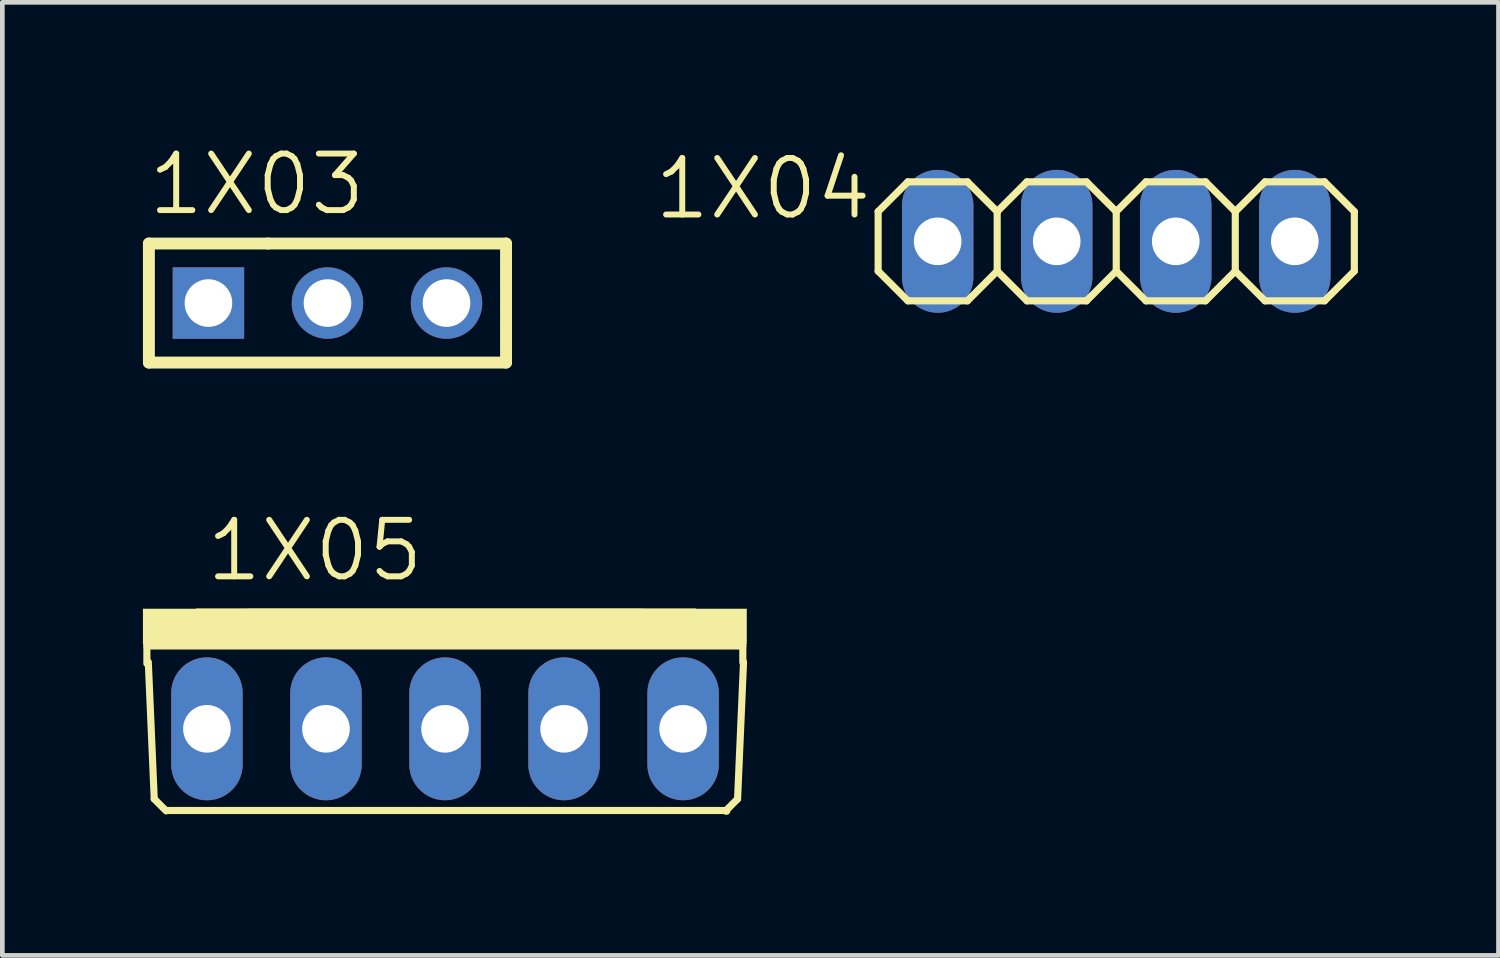
<source format=kicad_pcb>
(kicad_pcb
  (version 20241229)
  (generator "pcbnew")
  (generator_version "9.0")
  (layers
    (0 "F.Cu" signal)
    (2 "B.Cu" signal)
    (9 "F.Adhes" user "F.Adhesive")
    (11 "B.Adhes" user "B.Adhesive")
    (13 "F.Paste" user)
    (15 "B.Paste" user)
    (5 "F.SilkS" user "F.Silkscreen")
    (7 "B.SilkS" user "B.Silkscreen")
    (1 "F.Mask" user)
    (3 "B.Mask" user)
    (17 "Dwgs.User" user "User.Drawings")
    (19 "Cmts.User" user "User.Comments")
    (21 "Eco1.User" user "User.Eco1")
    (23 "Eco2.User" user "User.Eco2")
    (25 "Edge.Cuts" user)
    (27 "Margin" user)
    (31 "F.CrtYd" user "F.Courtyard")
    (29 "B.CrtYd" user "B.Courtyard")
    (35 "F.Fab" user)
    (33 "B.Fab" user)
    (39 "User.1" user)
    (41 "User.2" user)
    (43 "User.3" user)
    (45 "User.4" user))
  (footprint "1X04"
    (layer "F.Cu")
    (at 20.766 2.099)
    (property "Reference" "1X04" (at -5.156 -1.829 0) (layer "F.SilkS") (effects (font (size 1.206 1.206) (thickness 0.127)) (justify right top)))
    (attr through_hole)
    (fp_line (start -5.08 -0.635) (end -5.08 0.635) (stroke (width 0.152) (type solid)) (layer "F.SilkS"))
    (fp_line (start -5.08 0.635) (end -4.445 1.27) (stroke (width 0.152) (type solid)) (layer "F.SilkS"))
    (fp_line (start -4.445 -1.27) (end -5.08 -0.635) (stroke (width 0.152) (type solid)) (layer "F.SilkS"))
    (fp_line (start -4.445 -1.27) (end -3.175 -1.27) (stroke (width 0.152) (type solid)) (layer "F.SilkS"))
    (fp_line (start -3.175 -1.27) (end -2.54 -0.635) (stroke (width 0.152) (type solid)) (layer "F.SilkS"))
    (fp_line (start -3.175 1.27) (end -4.445 1.27) (stroke (width 0.152) (type solid)) (layer "F.SilkS"))
    (fp_line (start -2.54 -0.635) (end -2.54 0.635) (stroke (width 0.152) (type solid)) (layer "F.SilkS"))
    (fp_line (start -2.54 -0.635) (end -1.905 -1.27) (stroke (width 0.152) (type solid)) (layer "F.SilkS"))
    (fp_line (start -2.54 0.635) (end -3.175 1.27) (stroke (width 0.152) (type solid)) (layer "F.SilkS"))
    (fp_line (start -1.905 -1.27) (end -0.635 -1.27) (stroke (width 0.152) (type solid)) (layer "F.SilkS"))
    (fp_line (start -1.905 1.27) (end -2.54 0.635) (stroke (width 0.152) (type solid)) (layer "F.SilkS"))
    (fp_line (start -0.635 -1.27) (end 0 -0.635) (stroke (width 0.152) (type solid)) (layer "F.SilkS"))
    (fp_line (start -0.635 1.27) (end -1.905 1.27) (stroke (width 0.152) (type solid)) (layer "F.SilkS"))
    (fp_line (start 0 -0.635) (end 0 0.635) (stroke (width 0.152) (type solid)) (layer "F.SilkS"))
    (fp_line (start 0 -0.635) (end 0.635 -1.27) (stroke (width 0.152) (type solid)) (layer "F.SilkS"))
    (fp_line (start 0 0.635) (end -0.635 1.27) (stroke (width 0.152) (type solid)) (layer "F.SilkS"))
    (fp_line (start 0.635 -1.27) (end 1.905 -1.27) (stroke (width 0.152) (type solid)) (layer "F.SilkS"))
    (fp_line (start 0.635 1.27) (end 0 0.635) (stroke (width 0.152) (type solid)) (layer "F.SilkS"))
    (fp_line (start 1.905 -1.27) (end 2.54 -0.635) (stroke (width 0.152) (type solid)) (layer "F.SilkS"))
    (fp_line (start 1.905 1.27) (end 0.635 1.27) (stroke (width 0.152) (type solid)) (layer "F.SilkS"))
    (fp_line (start 2.54 -0.635) (end 2.54 0.635) (stroke (width 0.152) (type solid)) (layer "F.SilkS"))
    (fp_line (start 2.54 0.635) (end 1.905 1.27) (stroke (width 0.152) (type solid)) (layer "F.SilkS"))
    (fp_line (start 2.54 0.635) (end 3.175 1.27) (stroke (width 0.152) (type solid)) (layer "F.SilkS"))
    (fp_line (start 3.175 -1.27) (end 2.54 -0.635) (stroke (width 0.152) (type solid)) (layer "F.SilkS"))
    (fp_line (start 3.175 -1.27) (end 4.445 -1.27) (stroke (width 0.152) (type solid)) (layer "F.SilkS"))
    (fp_line (start 4.445 -1.27) (end 5.08 -0.635) (stroke (width 0.152) (type solid)) (layer "F.SilkS"))
    (fp_line (start 4.445 1.27) (end 3.175 1.27) (stroke (width 0.152) (type solid)) (layer "F.SilkS"))
    (fp_line (start 5.08 -0.635) (end 5.08 0.635) (stroke (width 0.152) (type solid)) (layer "F.SilkS"))
    (fp_line (start 5.08 0.635) (end 4.445 1.27) (stroke (width 0.152) (type solid)) (layer "F.SilkS"))
    (fp_poly (pts (xy -4.064 0.254) (xy -3.556 0.254) (xy -3.556 -0.254) (xy -4.064 -0.254)) (stroke (width 0.1) (type solid)) (fill no) (layer "F.Fab"))
    (fp_poly (pts (xy -1.524 0.254) (xy -1.016 0.254) (xy -1.016 -0.254) (xy -1.524 -0.254)) (stroke (width 0.1) (type solid)) (fill no) (layer "F.Fab"))
    (fp_poly (pts (xy 1.016 0.254) (xy 1.524 0.254) (xy 1.524 -0.254) (xy 1.016 -0.254)) (stroke (width 0.1) (type solid)) (fill no) (layer "F.Fab"))
    (fp_poly (pts (xy 3.556 0.254) (xy 4.064 0.254) (xy 4.064 -0.254) (xy 3.556 -0.254)) (stroke (width 0.1) (type solid)) (fill no) (layer "F.Fab"))
    (pad "1" thru_hole oval (at -3.81 0 90) (size 3.048 1.524) (drill 1.016) (layers "*.Cu" "*.Mask"))
    (pad "2" thru_hole oval (at -1.27 0 90) (size 3.048 1.524) (drill 1.016) (layers "*.Cu" "*.Mask"))
    (pad "3" thru_hole oval (at 1.27 0 90) (size 3.048 1.524) (drill 1.016) (layers "*.Cu" "*.Mask"))
    (pad "4" thru_hole oval (at 3.81 0 90) (size 3.048 1.524) (drill 1.016) (layers "*.Cu" "*.Mask")))
  (footprint "1X05"
    (layer "F.Cu")
    (at 6.445 12.5)
    (property "Reference" "1X05" (at -5.156 -3.099 0) (layer "F.SilkS") (effects (font (size 1.206 1.206) (thickness 0.127)) (justify left bottom)))
    (attr through_hole)
    (fp_line (start -6.361 -1.767) (end 6.354 -1.767) (stroke (width 0.152) (type solid)) (layer "F.SilkS"))
    (fp_line (start -6.361 -1.392) (end -6.361 -1.767) (stroke (width 0.152) (type solid)) (layer "F.SilkS"))
    (fp_line (start -6.204 1.497) (end -6.331 -1.424) (stroke (width 0.152) (type solid)) (layer "F.SilkS"))
    (fp_line (start -6.204 1.497) (end -5.95 1.751) (stroke (width 0.152) (type solid)) (layer "F.SilkS"))
    (fp_line (start -5.941 1.743) (end 6.009 1.743) (stroke (width 0.152) (type solid)) (layer "F.SilkS"))
    (fp_line (start 5.988 1.751) (end 6.242 1.497) (stroke (width 0.152) (type solid)) (layer "F.SilkS"))
    (fp_line (start 6.009 1.743) (end 6.009 1.758) (stroke (width 0.152) (type solid)) (layer "F.SilkS"))
    (fp_line (start 6.354 -1.767) (end 6.354 -1.422) (stroke (width 0.152) (type solid)) (layer "F.SilkS"))
    (fp_line (start 6.369 -1.424) (end 6.242 1.497) (stroke (width 0.152) (type solid)) (layer "F.SilkS"))
    (fp_poly (pts (xy -6.445 -1.8) (xy 4.223 -1.8) (xy 4.223 -2.562) (xy -6.445 -2.562)) (stroke (width 0) (type solid)) (fill yes) (layer "F.SilkS"))
    (fp_poly (pts (xy -5.315 -1.805) (xy 5.353 -1.805) (xy 5.353 -2.567) (xy -5.315 -2.567)) (stroke (width 0) (type solid)) (fill yes) (layer "F.SilkS"))
    (fp_poly (pts (xy -4.23 -1.8) (xy 6.438 -1.8) (xy 6.438 -2.562) (xy -4.23 -2.562)) (stroke (width 0) (type solid)) (fill yes) (layer "F.SilkS"))
    (fp_poly (pts (xy -5.334 0.254) (xy -4.826 0.254) (xy -4.826 -0.254) (xy -5.334 -0.254)) (stroke (width 0.1) (type solid)) (fill no) (layer "F.Fab"))
    (fp_poly (pts (xy -2.794 0.254) (xy -2.286 0.254) (xy -2.286 -0.254) (xy -2.794 -0.254)) (stroke (width 0.1) (type solid)) (fill no) (layer "F.Fab"))
    (fp_poly (pts (xy -0.254 0.254) (xy 0.254 0.254) (xy 0.254 -0.254) (xy -0.254 -0.254)) (stroke (width 0.1) (type solid)) (fill no) (layer "F.Fab"))
    (fp_poly (pts (xy 2.286 0.254) (xy 2.794 0.254) (xy 2.794 -0.254) (xy 2.286 -0.254)) (stroke (width 0.1) (type solid)) (fill no) (layer "F.Fab"))
    (fp_poly (pts (xy 4.826 0.254) (xy 5.334 0.254) (xy 5.334 -0.254) (xy 4.826 -0.254)) (stroke (width 0.1) (type solid)) (fill no) (layer "F.Fab"))
    (pad "1" thru_hole oval (at -5.08 0 90) (size 3.048 1.524) (drill 1.016) (layers "*.Cu" "*.Mask"))
    (pad "2" thru_hole oval (at -2.54 0 90) (size 3.048 1.524) (drill 1.016) (layers "*.Cu" "*.Mask"))
    (pad "3" thru_hole oval (at 0 0 90) (size 3.048 1.524) (drill 1.016) (layers "*.Cu" "*.Mask"))
    (pad "4" thru_hole oval (at 2.54 0 90) (size 3.048 1.524) (drill 1.016) (layers "*.Cu" "*.Mask"))
    (pad "5" thru_hole oval (at 5.08 0 90) (size 3.048 1.524) (drill 1.016) (layers "*.Cu" "*.Mask")))
  (footprint "1X03"
    (layer "F.Cu")
    (at 3.937 3.416)
    (property "Reference" "1X03" (at -3.886 -1.829 0) (layer "F.SilkS") (effects (font (size 1.206 1.206) (thickness 0.127)) (justify left bottom)))
    (attr through_hole)
    (fp_line (start -3.81 -1.27) (end -3.81 1.27) (stroke (width 0.254) (type solid)) (layer "F.SilkS"))
    (fp_line (start -3.81 -1.27) (end -1.27 -1.27) (stroke (width 0.254) (type solid)) (layer "F.SilkS"))
    (fp_line (start -1.27 -1.27) (end 3.81 -1.27) (stroke (width 0.254) (type solid)) (layer "F.SilkS"))
    (fp_line (start 3.81 -1.27) (end 3.81 1.27) (stroke (width 0.254) (type solid)) (layer "F.SilkS"))
    (fp_line (start 3.81 1.27) (end -3.81 1.27) (stroke (width 0.254) (type solid)) (layer "F.SilkS"))
    (fp_poly (pts (xy -2.794 0.254) (xy -2.286 0.254) (xy -2.286 -0.254) (xy -2.794 -0.254)) (stroke (width 0.1) (type solid)) (fill no) (layer "F.Fab"))
    (fp_poly (pts (xy -0.254 0.254) (xy 0.254 0.254) (xy 0.254 -0.254) (xy -0.254 -0.254)) (stroke (width 0.1) (type solid)) (fill no) (layer "F.Fab"))
    (fp_poly (pts (xy 2.286 0.254) (xy 2.794 0.254) (xy 2.794 -0.254) (xy 2.286 -0.254)) (stroke (width 0.1) (type solid)) (fill no) (layer "F.Fab"))
    (pad "1" thru_hole rect (at -2.54 0 90) (size 1.524 1.524) (drill 1.016) (layers "*.Cu" "*.Mask"))
    (pad "2" thru_hole circle (at 0 0 90) (size 1.524 1.524) (drill 1.016) (layers "*.Cu" "*.Mask"))
    (pad "3" thru_hole circle (at 2.54 0 90) (size 1.524 1.524) (drill 1.016) (layers "*.Cu" "*.Mask")))
  (gr_rect
    (start -3 -3)
    (end 28.922 17.334)
    (stroke (width 0.1) (type default))
    (fill no)
    (layer "Edge.Cuts")))
</source>
